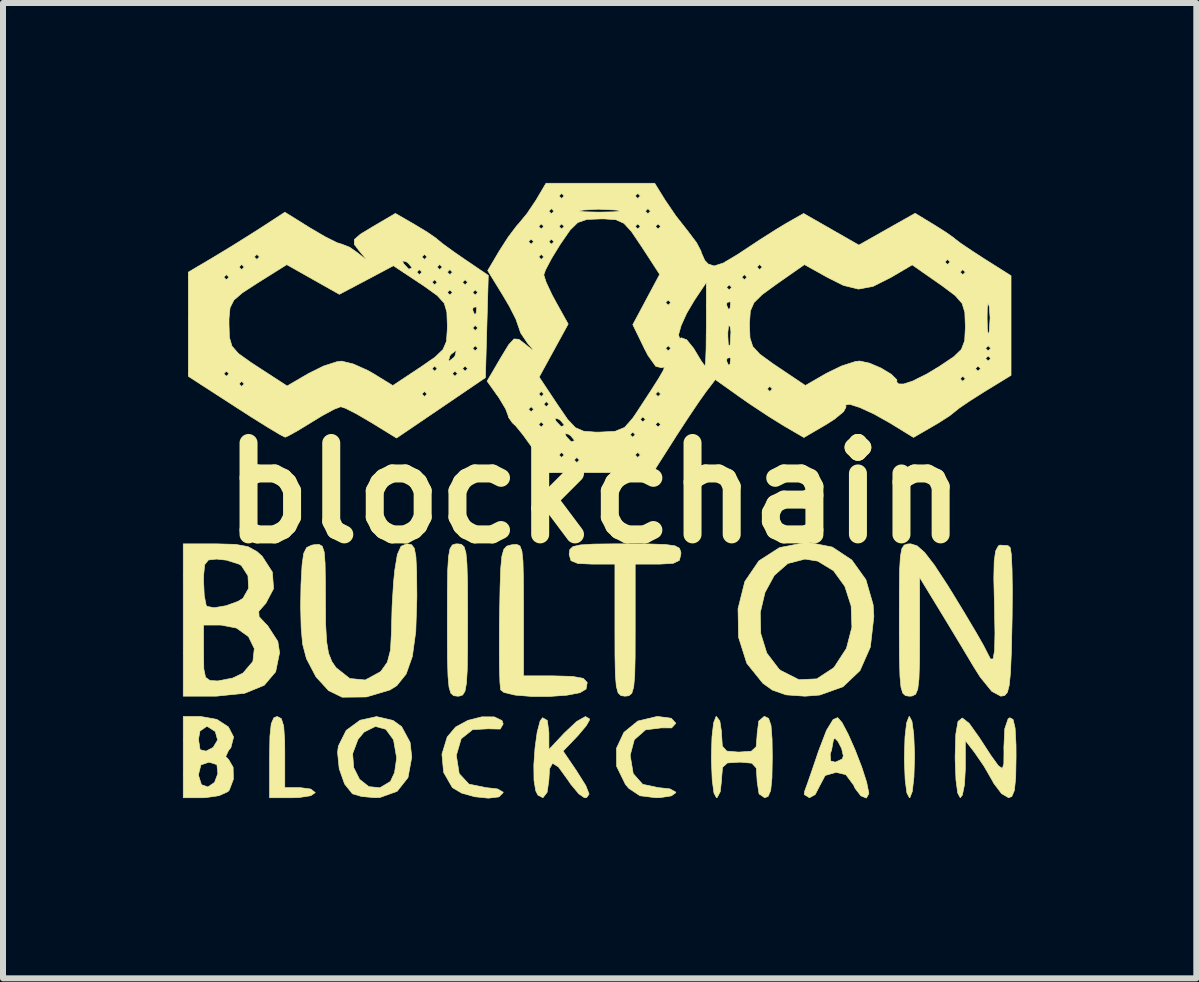
<source format=kicad_pcb>
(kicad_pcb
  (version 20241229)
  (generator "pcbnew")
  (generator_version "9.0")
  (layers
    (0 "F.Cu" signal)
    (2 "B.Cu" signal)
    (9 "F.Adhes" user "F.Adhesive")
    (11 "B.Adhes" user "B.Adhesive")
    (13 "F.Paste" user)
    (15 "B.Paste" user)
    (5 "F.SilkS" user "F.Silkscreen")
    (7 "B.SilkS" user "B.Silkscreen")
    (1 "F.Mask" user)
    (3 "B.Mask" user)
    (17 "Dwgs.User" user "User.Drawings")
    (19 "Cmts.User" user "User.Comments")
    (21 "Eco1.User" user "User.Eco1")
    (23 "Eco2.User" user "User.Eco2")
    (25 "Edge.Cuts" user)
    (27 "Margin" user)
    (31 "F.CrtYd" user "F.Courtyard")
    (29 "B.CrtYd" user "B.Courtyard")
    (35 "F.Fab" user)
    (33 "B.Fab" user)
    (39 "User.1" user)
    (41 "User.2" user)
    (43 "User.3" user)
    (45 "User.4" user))
  (footprint "blockchain"
    (layer "F.Cu")
    (at 6.863 5.17)
    (property "Reference" "blockchain" (at 0 0 0) (layer "F.SilkS") (effects (font (size 1.524 1.524) (thickness 0.3))))
    (attr through_hole)
    (fp_poly (pts (xy 5.291 3.805) (xy 5.321 4.021) (xy 5.334 4.342) (xy 5.334 4.403) (xy 5.324 4.738) (xy 5.297 4.974) (xy 5.257 5.078) (xy 5.249 5.08) (xy 5.207 5.001) (xy 5.178 4.785) (xy 5.165 4.463) (xy 5.165 4.403) (xy 5.175 4.067) (xy 5.202 3.832) (xy 5.242 3.728) (xy 5.249 3.725) (xy 5.291 3.805)) (stroke (width 0.01) (type solid)) (fill yes) (layer "F.SilkS"))
    (fp_poly (pts (xy -5.223 3.76) (xy -5.183 3.886) (xy -5.167 4.132) (xy -5.165 4.318) (xy -5.165 4.911) (xy -4.911 4.911) (xy -4.732 4.935) (xy -4.657 4.994) (xy -4.657 4.995) (xy -4.732 5.046) (xy -4.924 5.076) (xy -5.038 5.08) (xy -5.419 5.08) (xy -5.419 4.403) (xy -5.413 4.055) (xy -5.391 3.847) (xy -5.348 3.747) (xy -5.292 3.725) (xy -5.223 3.76)) (stroke (width 0.01) (type solid)) (fill yes) (layer "F.SilkS"))
    (fp_poly (pts (xy 1.278 3.755) (xy 1.355 3.838) (xy 1.284 3.916) (xy 1.114 3.915) (xy 0.849 3.948) (xy 0.662 4.113) (xy 0.593 4.372) (xy 0.644 4.678) (xy 0.802 4.856) (xy 1.061 4.911) (xy 1.256 4.932) (xy 1.352 4.985) (xy 1.355 4.995) (xy 1.28 5.049) (xy 1.093 5.078) (xy 1.022 5.08) (xy 0.756 5.047) (xy 0.571 4.924) (xy 0.514 4.857) (xy 0.367 4.556) (xy 0.365 4.255) (xy 0.489 3.99) (xy 0.721 3.801) (xy 1.042 3.725) (xy 1.054 3.725) (xy 1.278 3.755)) (stroke (width 0.01) (type solid)) (fill yes) (layer "F.SilkS"))
    (fp_poly (pts (xy -2.221 0.855) (xy -2.175 0.897) (xy -2.145 0.997) (xy -2.128 1.181) (xy -2.119 1.474) (xy -2.117 1.901) (xy -2.117 2.117) (xy -2.118 2.605) (xy -2.123 2.949) (xy -2.137 3.174) (xy -2.161 3.305) (xy -2.2 3.367) (xy -2.257 3.386) (xy -2.286 3.387) (xy -2.351 3.378) (xy -2.397 3.337) (xy -2.427 3.236) (xy -2.444 3.052) (xy -2.453 2.759) (xy -2.455 2.332) (xy -2.455 2.117) (xy -2.454 1.629) (xy -2.449 1.285) (xy -2.435 1.06) (xy -2.411 0.929) (xy -2.372 0.866) (xy -2.315 0.848) (xy -2.286 0.847) (xy -2.221 0.855)) (stroke (width 0.01) (type solid)) (fill yes) (layer "F.SilkS"))
    (fp_poly (pts (xy -1.672 3.732) (xy -1.543 3.794) (xy -1.524 3.85) (xy -1.574 3.935) (xy -1.744 3.932) (xy -1.757 3.93) (xy -2.033 3.944) (xy -2.224 4.096) (xy -2.303 4.366) (xy -2.304 4.381) (xy -2.257 4.678) (xy -2.095 4.853) (xy -1.811 4.911) (xy -1.81 4.911) (xy -1.618 4.933) (xy -1.526 4.986) (xy -1.524 4.995) (xy -1.595 5.066) (xy -1.771 5.087) (xy -1.995 5.064) (xy -2.214 5.004) (xy -2.371 4.911) (xy -2.371 4.911) (xy -2.517 4.657) (xy -2.545 4.354) (xy -2.457 4.067) (xy -2.317 3.901) (xy -2.111 3.789) (xy -1.879 3.731) (xy -1.672 3.732)) (stroke (width 0.01) (type solid)) (fill yes) (layer "F.SilkS"))
    (fp_poly (pts (xy -1.245 0.882) (xy -1.212 0.966) (xy -1.194 1.134) (xy -1.187 1.413) (xy -1.185 1.829) (xy -1.185 1.941) (xy -1.185 3.048) (xy -0.691 3.048) (xy -0.369 3.057) (xy -0.189 3.09) (xy -0.123 3.158) (xy -0.142 3.268) (xy -0.244 3.329) (xy -0.464 3.371) (xy -0.75 3.391) (xy -1.053 3.391) (xy -1.324 3.369) (xy -1.511 3.325) (xy -1.566 3.281) (xy -1.578 3.161) (xy -1.586 2.906) (xy -1.588 2.551) (xy -1.586 2.132) (xy -1.584 2.032) (xy -1.576 1.573) (xy -1.565 1.256) (xy -1.546 1.054) (xy -1.514 0.94) (xy -1.465 0.885) (xy -1.393 0.865) (xy -1.376 0.862) (xy -1.298 0.856) (xy -1.245 0.882)) (stroke (width 0.01) (type solid)) (fill yes) (layer "F.SilkS"))
    (fp_poly (pts (xy -0.086 3.764) (xy -0.085 3.784) (xy -0.138 3.878) (xy -0.27 4.035) (xy -0.305 4.073) (xy -0.525 4.302) (xy -0.305 4.626) (xy -0.147 4.877) (xy -0.091 5.019) (xy -0.132 5.076) (xy -0.169 5.08) (xy -0.263 5.015) (xy -0.398 4.853) (xy -0.444 4.785) (xy -0.602 4.567) (xy -0.701 4.505) (xy -0.751 4.597) (xy -0.762 4.784) (xy -0.791 4.989) (xy -0.861 5.08) (xy -0.945 5.036) (xy -0.981 4.965) (xy -1.01 4.791) (xy -1.013 4.534) (xy -0.993 4.248) (xy -0.957 3.986) (xy -0.908 3.801) (xy -0.868 3.746) (xy -0.788 3.791) (xy -0.762 3.993) (xy -0.761 4.276) (xy -0.503 4) (xy -0.298 3.808) (xy -0.152 3.726) (xy -0.086 3.764)) (stroke (width 0.01) (type solid)) (fill yes) (layer "F.SilkS"))
    (fp_poly (pts (xy -3.36 3.791) (xy -3.217 3.895) (xy -3.076 4.156) (xy -3.048 4.403) (xy -3.111 4.744) (xy -3.292 4.973) (xy -3.576 5.075) (xy -3.662 5.079) (xy -3.885 5.059) (xy -4.037 5.014) (xy -4.038 5.013) (xy -4.168 4.851) (xy -4.258 4.595) (xy -4.283 4.345) (xy -4.034 4.345) (xy -4.016 4.578) (xy -3.918 4.773) (xy -3.763 4.895) (xy -3.578 4.913) (xy -3.404 4.809) (xy -3.335 4.661) (xy -3.302 4.432) (xy -3.302 4.403) (xy -3.352 4.114) (xy -3.48 3.939) (xy -3.655 3.891) (xy -3.844 3.986) (xy -3.944 4.106) (xy -4.034 4.345) (xy -4.283 4.345) (xy -4.285 4.322) (xy -4.272 4.219) (xy -4.141 3.957) (xy -3.911 3.788) (xy -3.635 3.727) (xy -3.36 3.791)) (stroke (width 0.01) (type solid)) (fill yes) (layer "F.SilkS"))
    (fp_poly (pts (xy 0.916 0.849) (xy 1.183 0.858) (xy 1.34 0.88) (xy 1.415 0.92) (xy 1.438 0.984) (xy 1.439 1.016) (xy 1.414 1.122) (xy 1.311 1.172) (xy 1.086 1.185) (xy 1.058 1.185) (xy 0.677 1.185) (xy 0.677 2.286) (xy 0.676 2.735) (xy 0.669 3.042) (xy 0.652 3.234) (xy 0.621 3.337) (xy 0.572 3.379) (xy 0.508 3.387) (xy 0.439 3.377) (xy 0.392 3.331) (xy 0.362 3.222) (xy 0.346 3.021) (xy 0.34 2.704) (xy 0.339 2.286) (xy 0.339 1.185) (xy -0.042 1.185) (xy -0.28 1.174) (xy -0.393 1.128) (xy -0.423 1.028) (xy -0.423 1.016) (xy -0.413 0.942) (xy -0.361 0.893) (xy -0.239 0.865) (xy -0.018 0.851) (xy 0.332 0.847) (xy 0.508 0.847) (xy 0.916 0.849)) (stroke (width 0.01) (type solid)) (fill yes) (layer "F.SilkS"))
    (fp_poly (pts (xy 6.977 3.775) (xy 7.011 3.919) (xy 7.026 4.201) (xy 7.027 4.396) (xy 7.021 4.746) (xy 6.999 4.958) (xy 6.956 5.059) (xy 6.903 5.08) (xy 6.785 5.011) (xy 6.656 4.841) (xy 6.637 4.805) (xy 6.492 4.553) (xy 6.339 4.33) (xy 6.338 4.328) (xy 6.181 4.126) (xy 6.181 4.603) (xy 6.167 4.861) (xy 6.132 5.035) (xy 6.096 5.08) (xy 6.054 5.001) (xy 6.025 4.784) (xy 6.012 4.461) (xy 6.011 4.396) (xy 6.022 4.021) (xy 6.059 3.808) (xy 6.131 3.75) (xy 6.245 3.84) (xy 6.41 4.071) (xy 6.609 4.377) (xy 6.733 4.548) (xy 6.798 4.591) (xy 6.823 4.514) (xy 6.825 4.322) (xy 6.824 4.236) (xy 6.839 3.928) (xy 6.894 3.766) (xy 6.922 3.746) (xy 6.977 3.775)) (stroke (width 0.01) (type solid)) (fill yes) (layer "F.SilkS"))
    (fp_poly (pts (xy 4.125 3.826) (xy 4.229 4.023) (xy 4.345 4.286) (xy 4.454 4.568) (xy 4.536 4.822) (xy 4.572 5.001) (xy 4.572 5.012) (xy 4.531 5.086) (xy 4.439 5.048) (xy 4.343 4.923) (xy 4.318 4.868) (xy 4.189 4.695) (xy 4.025 4.657) (xy 3.844 4.709) (xy 3.76 4.868) (xy 3.678 5.027) (xy 3.582 5.08) (xy 3.495 5.026) (xy 3.501 4.974) (xy 3.548 4.845) (xy 3.631 4.606) (xy 3.717 4.353) (xy 3.928 4.353) (xy 3.936 4.467) (xy 4.013 4.487) (xy 4.13 4.434) (xy 4.147 4.381) (xy 4.119 4.26) (xy 4.059 4.143) (xy 4.002 4.084) (xy 3.981 4.121) (xy 3.951 4.284) (xy 3.928 4.353) (xy 3.717 4.353) (xy 3.732 4.307) (xy 3.737 4.294) (xy 3.867 3.955) (xy 3.977 3.776) (xy 4.053 3.744) (xy 4.125 3.826)) (stroke (width 0.01) (type solid)) (fill yes) (layer "F.SilkS"))
    (fp_poly (pts (xy -6.297 3.774) (xy -6.105 3.899) (xy -6.018 4.067) (xy -6.064 4.245) (xy -6.103 4.292) (xy -6.15 4.394) (xy -6.103 4.44) (xy -6.026 4.573) (xy -6.022 4.772) (xy -6.09 4.952) (xy -6.113 4.978) (xy -6.26 5.045) (xy -6.491 5.079) (xy -6.536 5.08) (xy -6.858 5.08) (xy -6.858 4.705) (xy -6.604 4.705) (xy -6.555 4.862) (xy -6.447 4.9) (xy -6.336 4.824) (xy -6.281 4.677) (xy -6.297 4.528) (xy -6.428 4.487) (xy -6.429 4.487) (xy -6.564 4.533) (xy -6.604 4.694) (xy -6.604 4.705) (xy -6.858 4.705) (xy -6.858 4.106) (xy -6.604 4.106) (xy -6.577 4.279) (xy -6.479 4.303) (xy -6.359 4.241) (xy -6.285 4.117) (xy -6.324 3.976) (xy -6.449 3.896) (xy -6.474 3.895) (xy -6.579 3.968) (xy -6.604 4.106) (xy -6.858 4.106) (xy -6.858 3.725) (xy -6.568 3.725) (xy -6.297 3.774)) (stroke (width 0.01) (type solid)) (fill yes) (layer "F.SilkS"))
    (fp_poly (pts (xy 3.963 0.901) (xy 4.288 1.116) (xy 4.523 1.444) (xy 4.644 1.862) (xy 4.656 2.056) (xy 4.598 2.567) (xy 4.425 2.96) (xy 4.142 3.229) (xy 3.754 3.368) (xy 3.509 3.387) (xy 3.193 3.365) (xy 2.966 3.286) (xy 2.806 3.172) (xy 2.538 2.839) (xy 2.4 2.405) (xy 2.393 1.993) (xy 2.762 1.993) (xy 2.77 2.342) (xy 2.871 2.668) (xy 3.073 2.933) (xy 3.104 2.959) (xy 3.407 3.112) (xy 3.704 3.098) (xy 3.979 2.918) (xy 3.997 2.9) (xy 4.199 2.589) (xy 4.29 2.238) (xy 4.277 1.882) (xy 4.172 1.556) (xy 3.983 1.295) (xy 3.72 1.135) (xy 3.508 1.101) (xy 3.221 1.175) (xy 2.996 1.373) (xy 2.841 1.658) (xy 2.762 1.993) (xy 2.393 1.993) (xy 2.391 1.931) (xy 2.505 1.475) (xy 2.739 1.131) (xy 3.082 0.91) (xy 3.52 0.824) (xy 3.568 0.824) (xy 3.963 0.901)) (stroke (width 0.01) (type solid)) (fill yes) (layer "F.SilkS"))
    (fp_poly (pts (xy 2.901 3.757) (xy 2.941 3.873) (xy 2.959 4.103) (xy 2.963 4.403) (xy 2.957 4.75) (xy 2.936 4.959) (xy 2.893 5.058) (xy 2.836 5.08) (xy 2.742 5.016) (xy 2.71 4.811) (xy 2.709 4.784) (xy 2.696 4.585) (xy 2.622 4.504) (xy 2.436 4.487) (xy 2.413 4.487) (xy 2.214 4.5) (xy 2.133 4.574) (xy 2.117 4.761) (xy 2.117 4.784) (xy 2.095 4.98) (xy 2.043 5.077) (xy 2.032 5.08) (xy 1.99 5.001) (xy 1.961 4.785) (xy 1.948 4.463) (xy 1.947 4.403) (xy 1.957 4.067) (xy 1.984 3.832) (xy 2.024 3.728) (xy 2.032 3.725) (xy 2.088 3.8) (xy 2.116 3.983) (xy 2.117 4.022) (xy 2.13 4.22) (xy 2.204 4.302) (xy 2.39 4.318) (xy 2.413 4.318) (xy 2.612 4.305) (xy 2.693 4.231) (xy 2.709 4.044) (xy 2.709 4.022) (xy 2.737 3.802) (xy 2.825 3.726) (xy 2.836 3.725) (xy 2.901 3.757)) (stroke (width 0.01) (type solid)) (fill yes) (layer "F.SilkS"))
    (fp_poly (pts (xy -3.051 0.861) (xy -3.005 0.922) (xy -2.979 1.061) (xy -2.967 1.306) (xy -2.963 1.688) (xy -2.963 1.744) (xy -2.981 2.306) (xy -3.038 2.724) (xy -3.142 3.018) (xy -3.297 3.211) (xy -3.412 3.283) (xy -3.806 3.4) (xy -4.209 3.404) (xy -4.435 3.294) (xy -4.645 3.064) (xy -4.804 2.761) (xy -4.868 2.518) (xy -4.892 2.248) (xy -4.901 1.888) (xy -4.895 1.524) (xy -4.877 1.199) (xy -4.85 1.006) (xy -4.8 0.908) (xy -4.716 0.869) (xy -4.678 0.862) (xy -4.594 0.856) (xy -4.54 0.887) (xy -4.508 0.983) (xy -4.493 1.172) (xy -4.488 1.484) (xy -4.487 1.761) (xy -4.484 2.183) (xy -4.468 2.473) (xy -4.436 2.669) (xy -4.381 2.808) (xy -4.312 2.91) (xy -4.082 3.092) (xy -3.824 3.117) (xy -3.575 2.982) (xy -3.556 2.963) (xy -3.455 2.82) (xy -3.402 2.615) (xy -3.386 2.298) (xy -3.386 2.265) (xy -3.376 1.886) (xy -3.352 1.493) (xy -3.332 1.291) (xy -3.288 1.023) (xy -3.227 0.888) (xy -3.133 0.847) (xy -3.121 0.847) (xy -3.051 0.861)) (stroke (width 0.01) (type solid)) (fill yes) (layer "F.SilkS"))
    (fp_poly (pts (xy -5.984 0.856) (xy -5.778 0.894) (xy -5.629 0.976) (xy -5.542 1.054) (xy -5.372 1.318) (xy -5.352 1.594) (xy -5.483 1.842) (xy -5.496 1.855) (xy -5.599 1.972) (xy -5.593 2.062) (xy -5.472 2.191) (xy -5.453 2.208) (xy -5.281 2.474) (xy -5.252 2.661) (xy -5.317 2.98) (xy -5.508 3.205) (xy -5.833 3.338) (xy -6.299 3.386) (xy -6.344 3.387) (xy -6.858 3.387) (xy -6.858 2.201) (xy -6.519 2.201) (xy -6.519 2.667) (xy -6.515 2.933) (xy -6.486 3.072) (xy -6.413 3.125) (xy -6.284 3.133) (xy -6.032 3.084) (xy -5.861 3.001) (xy -5.697 2.808) (xy -5.673 2.593) (xy -5.77 2.394) (xy -5.97 2.251) (xy -6.229 2.201) (xy -6.519 2.201) (xy -6.858 2.201) (xy -6.858 1.468) (xy -6.519 1.468) (xy -6.508 1.705) (xy -6.478 1.863) (xy -6.464 1.889) (xy -6.344 1.912) (xy -6.146 1.879) (xy -5.947 1.807) (xy -5.863 1.756) (xy -5.768 1.589) (xy -5.779 1.379) (xy -5.887 1.211) (xy -5.921 1.188) (xy -6.137 1.119) (xy -6.302 1.101) (xy -6.438 1.116) (xy -6.501 1.195) (xy -6.519 1.382) (xy -6.519 1.468) (xy -6.858 1.468) (xy -6.858 0.847) (xy -6.304 0.847) (xy -5.984 0.856)) (stroke (width 0.01) (type solid)) (fill yes) (layer "F.SilkS"))
    (fp_poly (pts (xy 5.377 0.88) (xy 5.502 0.99) (xy 5.664 1.2) (xy 5.881 1.531) (xy 5.969 1.673) (xy 6.178 2.017) (xy 6.357 2.318) (xy 6.485 2.542) (xy 6.538 2.646) (xy 6.601 2.768) (xy 6.644 2.765) (xy 6.669 2.625) (xy 6.675 2.338) (xy 6.667 1.894) (xy 6.666 1.854) (xy 6.656 1.425) (xy 6.662 1.139) (xy 6.686 0.967) (xy 6.73 0.884) (xy 6.756 0.868) (xy 6.892 0.876) (xy 6.93 0.91) (xy 6.948 1.023) (xy 6.96 1.272) (xy 6.965 1.624) (xy 6.962 2.045) (xy 6.959 2.193) (xy 6.948 2.665) (xy 6.934 2.993) (xy 6.913 3.204) (xy 6.883 3.322) (xy 6.838 3.375) (xy 6.774 3.387) (xy 6.773 3.387) (xy 6.622 3.306) (xy 6.429 3.068) (xy 6.323 2.9) (xy 6.113 2.549) (xy 5.877 2.158) (xy 5.726 1.91) (xy 5.419 1.407) (xy 5.419 2.397) (xy 5.417 2.819) (xy 5.408 3.101) (xy 5.388 3.27) (xy 5.352 3.355) (xy 5.294 3.384) (xy 5.249 3.387) (xy 5.184 3.378) (xy 5.138 3.337) (xy 5.108 3.236) (xy 5.091 3.052) (xy 5.083 2.759) (xy 5.08 2.332) (xy 5.08 2.117) (xy 5.081 1.629) (xy 5.085 1.286) (xy 5.098 1.061) (xy 5.122 0.93) (xy 5.161 0.868) (xy 5.22 0.849) (xy 5.271 0.847) (xy 5.377 0.88)) (stroke (width 0.01) (type solid)) (fill yes) (layer "F.SilkS"))
    (fp_poly (pts (xy -4.735 -4.415) (xy -4.49 -4.272) (xy -4.297 -4.175) (xy -4.213 -4.149) (xy -4.083 -4.098) (xy -3.944 -4) (xy -3.824 -3.902) (xy -3.824 -3.918) (xy -3.84 -3.937) (xy -2.879 -3.937) (xy -2.836 -3.895) (xy -2.794 -3.937) (xy -2.836 -3.979) (xy -2.879 -3.937) (xy -3.84 -3.937) (xy -3.922 -4.035) (xy -4.006 -4.146) (xy -4.006 -4.227) (xy -3.902 -4.317) (xy -3.699 -4.44) (xy -3.321 -4.662) (xy -2.994 -4.473) (xy -2.786 -4.347) (xy -2.648 -4.252) (xy -2.625 -4.232) (xy -2.536 -4.159) (xy -2.352 -4.025) (xy -2.177 -3.904) (xy -1.772 -3.629) (xy -1.796 -2.776) (xy -1.82 -1.924) (xy -2.561 -1.42) (xy -3.302 -0.917) (xy -3.727 -1.178) (xy -3.968 -1.319) (xy -4.155 -1.414) (xy -4.232 -1.439) (xy -4.343 -1.397) (xy -4.544 -1.288) (xy -4.713 -1.185) (xy -4.94 -1.046) (xy -5.105 -0.954) (xy -5.16 -0.931) (xy -5.246 -0.975) (xy -5.442 -1.092) (xy -5.719 -1.265) (xy -5.99 -1.439) (xy -6.317 -1.651) (xy -2.879 -1.651) (xy -2.836 -1.609) (xy -2.794 -1.651) (xy -2.836 -1.693) (xy -2.879 -1.651) (xy -6.317 -1.651) (xy -6.579 -1.82) (xy -5.927 -1.82) (xy -5.884 -1.778) (xy -5.842 -1.82) (xy -5.884 -1.863) (xy -5.927 -1.82) (xy -6.579 -1.82) (xy -6.773 -1.946) (xy -6.773 -1.99) (xy -6.181 -1.99) (xy -6.138 -1.947) (xy -6.096 -1.99) (xy -6.138 -2.032) (xy -6.181 -1.99) (xy -6.773 -1.99) (xy -6.773 -2.809) (xy -6.095 -2.809) (xy -6.088 -2.595) (xy -6.046 -2.45) (xy -5.938 -2.326) (xy -5.732 -2.179) (xy -5.61 -2.099) (xy -5.126 -1.785) (xy -4.77 -1.993) (xy -4.517 -2.118) (xy -4.29 -2.191) (xy -4.218 -2.199) (xy -4.026 -2.153) (xy -3.779 -2.043) (xy -3.693 -1.994) (xy -3.364 -1.792) (xy -3.065 -1.99) (xy -2.371 -1.99) (xy -2.328 -1.947) (xy -2.286 -1.99) (xy -2.328 -2.032) (xy -2.371 -1.99) (xy -3.065 -1.99) (xy -2.938 -2.074) (xy -2.709 -2.074) (xy -2.667 -2.032) (xy -2.625 -2.074) (xy -2.201 -2.074) (xy -2.159 -2.032) (xy -2.117 -2.074) (xy -2.159 -2.117) (xy -2.201 -2.074) (xy -2.625 -2.074) (xy -2.667 -2.117) (xy -2.709 -2.074) (xy -2.938 -2.074) (xy -2.909 -2.093) (xy -2.745 -2.207) (xy -2.435 -2.207) (xy -2.423 -2.201) (xy -2.346 -2.261) (xy -2.328 -2.286) (xy -2.307 -2.365) (xy -2.318 -2.371) (xy -2.396 -2.311) (xy -2.413 -2.286) (xy -2.435 -2.207) (xy -2.745 -2.207) (xy -2.663 -2.263) (xy -2.528 -2.392) (xy -2.519 -2.413) (xy -2.032 -2.413) (xy -1.99 -2.371) (xy -1.947 -2.413) (xy -1.99 -2.455) (xy -2.032 -2.413) (xy -2.519 -2.413) (xy -2.469 -2.53) (xy -2.456 -2.728) (xy -2.455 -2.752) (xy -2.032 -2.752) (xy -1.99 -2.709) (xy -1.947 -2.752) (xy -1.99 -2.794) (xy -2.032 -2.752) (xy -2.455 -2.752) (xy -2.455 -2.794) (xy -2.463 -3.016) (xy -2.472 -3.048) (xy -2.032 -3.048) (xy -2.001 -2.978) (xy -1.976 -2.992) (xy -1.965 -3.092) (xy -1.976 -3.104) (xy -2.026 -3.093) (xy -2.032 -3.048) (xy -2.472 -3.048) (xy -2.507 -3.165) (xy -2.622 -3.292) (xy -2.694 -3.344) (xy -2.455 -3.344) (xy -2.413 -3.302) (xy -2.371 -3.344) (xy -2.032 -3.344) (xy -1.99 -3.302) (xy -1.947 -3.344) (xy -1.99 -3.387) (xy -2.032 -3.344) (xy -2.371 -3.344) (xy -2.413 -3.387) (xy -2.455 -3.344) (xy -2.694 -3.344) (xy -2.839 -3.448) (xy -2.904 -3.492) (xy -2.938 -3.514) (xy -2.709 -3.514) (xy -2.667 -3.471) (xy -2.625 -3.514) (xy -2.201 -3.514) (xy -2.159 -3.471) (xy -2.117 -3.514) (xy -2.159 -3.556) (xy -2.201 -3.514) (xy -2.625 -3.514) (xy -2.667 -3.556) (xy -2.709 -3.514) (xy -2.938 -3.514) (xy -3.193 -3.683) (xy -2.963 -3.683) (xy -2.921 -3.641) (xy -2.879 -3.683) (xy -2.455 -3.683) (xy -2.413 -3.641) (xy -2.371 -3.683) (xy -2.413 -3.725) (xy -2.455 -3.683) (xy -2.879 -3.683) (xy -2.921 -3.725) (xy -2.963 -3.683) (xy -3.193 -3.683) (xy -3.354 -3.79) (xy -3.804 -3.551) (xy -4.255 -3.313) (xy -4.693 -3.56) (xy -5.132 -3.808) (xy -5.614 -3.506) (xy -5.87 -3.34) (xy -6.014 -3.216) (xy -6.078 -3.088) (xy -6.095 -2.908) (xy -6.095 -2.809) (xy -6.773 -2.809) (xy -6.773 -3.598) (xy -6.181 -3.598) (xy -6.138 -3.556) (xy -6.096 -3.598) (xy -6.138 -3.641) (xy -6.181 -3.598) (xy -6.773 -3.598) (xy -6.773 -3.683) (xy -6.63 -3.768) (xy -5.927 -3.768) (xy -5.884 -3.725) (xy -5.842 -3.768) (xy -5.884 -3.81) (xy -5.927 -3.768) (xy -6.63 -3.768) (xy -6.456 -3.87) (xy -3.204 -3.87) (xy -3.183 -3.823) (xy -3.098 -3.732) (xy -3.049 -3.751) (xy -3.048 -3.763) (xy -3.052 -3.768) (xy -2.625 -3.768) (xy -2.582 -3.725) (xy -2.54 -3.768) (xy -2.582 -3.81) (xy -2.625 -3.768) (xy -3.052 -3.768) (xy -3.108 -3.834) (xy -3.146 -3.86) (xy -3.204 -3.87) (xy -6.456 -3.87) (xy -6.371 -3.921) (xy -6.344 -3.937) (xy -5.673 -3.937) (xy -5.63 -3.895) (xy -5.588 -3.937) (xy -5.63 -3.979) (xy -5.673 -3.937) (xy -6.344 -3.937) (xy -6.049 -4.116) (xy -5.701 -4.334) (xy -5.566 -4.42) (xy -5.164 -4.682) (xy -4.735 -4.415)) (stroke (width 0.01) (type solid)) (fill yes) (layer "F.SilkS"))
    (fp_poly (pts (xy 1.174 -4.887) (xy 1.355 -4.621) (xy 1.556 -4.365) (xy 1.562 -4.357) (xy 1.701 -4.173) (xy 1.775 -4.031) (xy 1.778 -4.011) (xy 1.837 -3.879) (xy 1.894 -3.819) (xy 1.993 -3.786) (xy 2.146 -3.835) (xy 2.175 -3.852) (xy 5.842 -3.852) (xy 5.884 -3.81) (xy 5.927 -3.852) (xy 5.884 -3.895) (xy 5.842 -3.852) (xy 2.175 -3.852) (xy 2.386 -3.978) (xy 2.466 -4.031) (xy 2.758 -4.224) (xy 3.04 -4.403) (xy 3.203 -4.501) (xy 3.485 -4.661) (xy 3.945 -4.398) (xy 4.406 -4.134) (xy 4.875 -4.399) (xy 5.344 -4.664) (xy 5.657 -4.474) (xy 5.858 -4.347) (xy 5.991 -4.253) (xy 6.011 -4.235) (xy 6.1 -4.167) (xy 6.29 -4.039) (xy 6.498 -3.904) (xy 6.943 -3.623) (xy 6.943 -1.962) (xy 6.498 -1.69) (xy 6.257 -1.537) (xy 6.079 -1.416) (xy 6.011 -1.361) (xy 5.918 -1.287) (xy 5.732 -1.168) (xy 5.643 -1.116) (xy 5.317 -0.927) (xy 4.923 -1.169) (xy 4.657 -1.318) (xy 4.422 -1.426) (xy 4.253 -1.48) (xy 4.183 -1.467) (xy 4.193 -1.436) (xy 4.152 -1.357) (xy 4 -1.232) (xy 3.864 -1.145) (xy 3.49 -0.926) (xy 3.163 -1.116) (xy 2.902 -1.278) (xy 2.593 -1.482) (xy 2.425 -1.599) (xy 2.233 -1.736) (xy 2.879 -1.736) (xy 2.921 -1.693) (xy 2.963 -1.736) (xy 2.921 -1.778) (xy 2.879 -1.736) (xy 2.233 -1.736) (xy 2.013 -1.892) (xy 1.856 -1.687) (xy 1.735 -1.516) (xy 1.559 -1.254) (xy 1.363 -0.954) (xy 1.337 -0.912) (xy 0.974 -0.343) (xy -0.754 -0.339) (xy -0.898 -0.55) (xy -0.339 -0.55) (xy -0.296 -0.508) (xy -0.254 -0.55) (xy -0.296 -0.593) (xy -0.339 -0.55) (xy -0.898 -0.55) (xy -0.956 -0.635) (xy -0.593 -0.635) (xy -0.55 -0.593) (xy -0.508 -0.635) (xy 0.677 -0.635) (xy 0.72 -0.593) (xy 0.762 -0.635) (xy 0.72 -0.677) (xy 0.677 -0.635) (xy -0.508 -0.635) (xy -0.55 -0.677) (xy -0.593 -0.635) (xy -0.956 -0.635) (xy -1.028 -0.741) (xy -1.189 -0.964) (xy -1.211 -0.992) (xy -0.494 -0.992) (xy -0.474 -0.944) (xy -0.389 -0.854) (xy -0.339 -0.872) (xy -0.339 -0.884) (xy -0.399 -0.956) (xy -0.425 -0.974) (xy 0.593 -0.974) (xy 0.635 -0.931) (xy 0.677 -0.974) (xy 0.635 -1.016) (xy 0.593 -0.974) (xy -0.425 -0.974) (xy -0.436 -0.982) (xy -0.494 -0.992) (xy -1.211 -0.992) (xy -1.317 -1.122) (xy -1.34 -1.143) (xy -0.931 -1.143) (xy -0.889 -1.101) (xy -0.847 -1.143) (xy -0.889 -1.185) (xy -0.931 -1.143) (xy -1.34 -1.143) (xy -1.371 -1.171) (xy -1.423 -1.246) (xy -0.664 -1.246) (xy -0.643 -1.198) (xy -0.558 -1.108) (xy -0.509 -1.126) (xy -0.508 -1.138) (xy -0.568 -1.21) (xy -0.606 -1.236) (xy -0.664 -1.246) (xy -1.423 -1.246) (xy -1.438 -1.268) (xy -1.439 -1.285) (xy -1.481 -1.397) (xy -1.101 -1.397) (xy -1.058 -1.355) (xy -1.016 -1.397) (xy -1.058 -1.439) (xy -1.101 -1.397) (xy -1.481 -1.397) (xy -1.485 -1.406) (xy -1.53 -1.482) (xy -0.847 -1.482) (xy -0.804 -1.439) (xy -0.762 -1.482) (xy -0.804 -1.524) (xy -0.847 -1.482) (xy -1.53 -1.482) (xy -1.596 -1.591) (xy -1.616 -1.619) (xy -1.639 -1.651) (xy -0.931 -1.651) (xy -0.889 -1.609) (xy -0.847 -1.651) (xy -0.889 -1.693) (xy -0.931 -1.651) (xy -1.639 -1.651) (xy -1.792 -1.866) (xy -1.752 -1.934) (xy -0.924 -1.934) (xy -0.619 -1.475) (xy -0.449 -1.227) (xy -0.32 -1.09) (xy -0.183 -1.031) (xy 0.012 -1.016) (xy 0.085 -1.016) (xy 0.341 -1.029) (xy 0.499 -1.093) (xy 0.544 -1.143) (xy 1.016 -1.143) (xy 1.058 -1.101) (xy 1.101 -1.143) (xy 1.058 -1.185) (xy 1.016 -1.143) (xy 0.544 -1.143) (xy 0.619 -1.228) (xy 0.762 -1.228) (xy 0.804 -1.185) (xy 0.847 -1.228) (xy 0.804 -1.27) (xy 0.762 -1.228) (xy 0.619 -1.228) (xy 0.634 -1.245) (xy 0.694 -1.333) (xy 0.902 -1.651) (xy 1.016 -1.651) (xy 1.058 -1.609) (xy 1.101 -1.651) (xy 1.058 -1.693) (xy 1.016 -1.651) (xy 0.902 -1.651) (xy 0.924 -1.684) (xy 1.071 -1.915) (xy 1.147 -2.047) (xy 1.165 -2.1) (xy 1.136 -2.096) (xy 1.123 -2.088) (xy 1.02 -2.112) (xy 0.888 -2.298) (xy 0.829 -2.413) (xy 1.185 -2.413) (xy 1.228 -2.371) (xy 1.27 -2.413) (xy 1.228 -2.455) (xy 1.185 -2.413) (xy 0.829 -2.413) (xy 0.828 -2.415) (xy 0.72 -2.637) (xy 1.399 -2.637) (xy 1.419 -2.577) (xy 1.448 -2.588) (xy 1.536 -2.555) (xy 1.652 -2.412) (xy 1.673 -2.377) (xy 1.776 -2.205) (xy 1.838 -2.119) (xy 1.841 -2.117) (xy 1.851 -2.195) (xy 1.851 -2.201) (xy 2.201 -2.201) (xy 2.232 -2.132) (xy 2.258 -2.145) (xy 2.268 -2.245) (xy 2.258 -2.258) (xy 2.207 -2.246) (xy 2.201 -2.201) (xy 1.851 -2.201) (xy 1.859 -2.403) (xy 1.861 -2.625) (xy 2.221 -2.625) (xy 2.23 -2.471) (xy 2.252 -2.452) (xy 2.26 -2.477) (xy 2.273 -2.691) (xy 2.26 -2.773) (xy 2.24 -2.793) (xy 2.582 -2.793) (xy 2.591 -2.586) (xy 2.637 -2.443) (xy 2.755 -2.315) (xy 2.975 -2.155) (xy 3.048 -2.106) (xy 3.514 -1.793) (xy 3.867 -1.997) (xy 4.121 -2.12) (xy 4.348 -2.193) (xy 4.418 -2.201) (xy 4.583 -2.166) (xy 4.777 -2.083) (xy 4.947 -1.98) (xy 5.04 -1.888) (xy 5.038 -1.849) (xy 5.07 -1.819) (xy 5.153 -1.818) (xy 5.306 -1.868) (xy 5.379 -1.905) (xy 6.096 -1.905) (xy 6.138 -1.863) (xy 6.181 -1.905) (xy 6.138 -1.947) (xy 6.096 -1.905) (xy 5.379 -1.905) (xy 5.541 -1.986) (xy 5.687 -2.074) (xy 6.35 -2.074) (xy 6.392 -2.032) (xy 6.435 -2.074) (xy 6.392 -2.117) (xy 6.35 -2.074) (xy 5.687 -2.074) (xy 5.745 -2.109) (xy 5.946 -2.244) (xy 6.519 -2.244) (xy 6.562 -2.201) (xy 6.604 -2.244) (xy 6.562 -2.286) (xy 6.519 -2.244) (xy 5.946 -2.244) (xy 5.986 -2.27) (xy 6.116 -2.396) (xy 6.122 -2.413) (xy 6.519 -2.413) (xy 6.562 -2.371) (xy 6.604 -2.413) (xy 6.562 -2.455) (xy 6.519 -2.413) (xy 6.122 -2.413) (xy 6.17 -2.539) (xy 6.181 -2.751) (xy 6.181 -2.788) (xy 6.176 -2.921) (xy 6.544 -2.921) (xy 6.549 -2.72) (xy 6.564 -2.647) (xy 6.579 -2.687) (xy 6.594 -2.919) (xy 6.58 -3.11) (xy 6.561 -3.169) (xy 6.547 -3.078) (xy 6.544 -2.921) (xy 6.176 -2.921) (xy 6.173 -3.011) (xy 6.127 -3.162) (xy 6.011 -3.293) (xy 5.793 -3.457) (xy 5.738 -3.495) (xy 5.469 -3.683) (xy 6.096 -3.683) (xy 6.138 -3.641) (xy 6.181 -3.683) (xy 6.138 -3.725) (xy 6.096 -3.683) (xy 5.469 -3.683) (xy 5.296 -3.804) (xy 4.94 -3.595) (xy 4.642 -3.445) (xy 4.4 -3.4) (xy 4.148 -3.462) (xy 3.877 -3.598) (xy 3.499 -3.809) (xy 3.041 -3.489) (xy 2.794 -3.309) (xy 2.657 -3.174) (xy 2.597 -3.035) (xy 2.583 -2.843) (xy 2.582 -2.793) (xy 2.24 -2.793) (xy 2.235 -2.799) (xy 2.222 -2.682) (xy 2.221 -2.625) (xy 1.861 -2.625) (xy 1.862 -2.701) (xy 1.863 -2.814) (xy 1.863 -3.133) (xy 2.201 -3.133) (xy 2.232 -3.063) (xy 2.258 -3.076) (xy 2.268 -3.177) (xy 2.258 -3.189) (xy 2.207 -3.177) (xy 2.201 -3.133) (xy 1.863 -3.133) (xy 1.863 -3.429) (xy 2.201 -3.429) (xy 2.244 -3.387) (xy 2.286 -3.429) (xy 2.244 -3.471) (xy 2.201 -3.429) (xy 1.863 -3.429) (xy 1.863 -3.511) (xy 1.665 -3.216) (xy 1.535 -2.996) (xy 1.442 -2.79) (xy 1.399 -2.637) (xy 0.72 -2.637) (xy 0.637 -2.807) (xy 0.834 -3.175) (xy 1.185 -3.175) (xy 1.228 -3.133) (xy 1.27 -3.175) (xy 1.228 -3.217) (xy 1.185 -3.175) (xy 0.834 -3.175) (xy 0.861 -3.226) (xy 1.06 -3.598) (xy 2.455 -3.598) (xy 2.498 -3.556) (xy 2.54 -3.598) (xy 2.498 -3.641) (xy 2.455 -3.598) (xy 1.06 -3.598) (xy 1.085 -3.646) (xy 1.006 -3.768) (xy 2.709 -3.768) (xy 2.752 -3.725) (xy 2.794 -3.768) (xy 2.752 -3.81) (xy 2.709 -3.768) (xy 1.006 -3.768) (xy 0.784 -4.109) (xy 0.616 -4.358) (xy 0.537 -4.445) (xy 0.677 -4.445) (xy 0.72 -4.403) (xy 0.762 -4.445) (xy 1.016 -4.445) (xy 1.058 -4.403) (xy 1.101 -4.445) (xy 1.058 -4.487) (xy 1.016 -4.445) (xy 0.762 -4.445) (xy 0.72 -4.487) (xy 0.677 -4.445) (xy 0.537 -4.445) (xy 0.489 -4.497) (xy 0.355 -4.557) (xy 0.165 -4.57) (xy 0.094 -4.57) (xy -0.131 -4.561) (xy -0.28 -4.51) (xy -0.409 -4.384) (xy -0.571 -4.149) (xy -0.572 -4.148) (xy -0.719 -3.908) (xy -0.819 -3.718) (xy -0.847 -3.637) (xy -0.808 -3.515) (xy -0.71 -3.306) (xy -0.643 -3.182) (xy -0.44 -2.818) (xy -0.682 -2.376) (xy -0.924 -1.934) (xy -1.752 -1.934) (xy -1.566 -2.252) (xy -1.432 -2.473) (xy -1.343 -2.569) (xy -1.262 -2.563) (xy -1.157 -2.483) (xy -1.032 -2.38) (xy -1.028 -2.391) (xy -1.122 -2.504) (xy -1.233 -2.67) (xy -1.27 -2.778) (xy -1.312 -2.899) (xy -1.419 -3.11) (xy -1.526 -3.292) (xy -1.782 -3.709) (xy -1.647 -3.937) (xy -0.931 -3.937) (xy -0.889 -3.895) (xy -0.847 -3.937) (xy -0.889 -3.979) (xy -0.931 -3.937) (xy -1.647 -3.937) (xy -1.59 -4.034) (xy -1.489 -4.191) (xy -1.101 -4.191) (xy -1.058 -4.149) (xy -1.016 -4.191) (xy -0.762 -4.191) (xy -0.72 -4.149) (xy -0.677 -4.191) (xy -0.72 -4.233) (xy -0.762 -4.191) (xy -1.016 -4.191) (xy -1.058 -4.233) (xy -1.101 -4.191) (xy -1.489 -4.191) (xy -1.439 -4.269) (xy -1.306 -4.445) (xy -0.931 -4.445) (xy -0.889 -4.403) (xy -0.847 -4.445) (xy -0.593 -4.445) (xy -0.55 -4.403) (xy -0.508 -4.445) (xy -0.55 -4.487) (xy -0.593 -4.445) (xy -0.847 -4.445) (xy -0.889 -4.487) (xy -0.931 -4.445) (xy -1.306 -4.445) (xy -1.296 -4.458) (xy -1.261 -4.496) (xy -1.123 -4.664) (xy -1.1 -4.699) (xy -0.762 -4.699) (xy -0.72 -4.657) (xy -0.677 -4.699) (xy -0.68 -4.701) (xy -0.254 -4.701) (xy -0.168 -4.689) (xy 0.05 -4.684) (xy 0.085 -4.684) (xy 0.317 -4.688) (xy 0.416 -4.699) (xy 0.847 -4.699) (xy 0.889 -4.657) (xy 0.931 -4.699) (xy 0.889 -4.741) (xy 0.847 -4.699) (xy 0.416 -4.699) (xy 0.421 -4.7) (xy 0.376 -4.716) (xy 0.36 -4.718) (xy 0.063 -4.732) (xy -0.191 -4.718) (xy -0.254 -4.701) (xy -0.68 -4.701) (xy -0.72 -4.741) (xy -0.762 -4.699) (xy -1.1 -4.699) (xy -0.975 -4.885) (xy -0.967 -4.899) (xy -0.935 -4.953) (xy -0.593 -4.953) (xy -0.55 -4.911) (xy -0.508 -4.953) (xy 0.677 -4.953) (xy 0.72 -4.911) (xy 0.762 -4.953) (xy 0.72 -4.995) (xy 0.677 -4.953) (xy -0.508 -4.953) (xy -0.55 -4.995) (xy -0.593 -4.953) (xy -0.935 -4.953) (xy -0.81 -5.165) (xy 1.002 -5.165) (xy 1.174 -4.887)) (stroke (width 0.01) (type solid)) (fill yes) (layer "F.SilkS")))
  (gr_rect
    (start -3 -3)
    (end 16.895 13.261)
    (stroke (width 0.1) (type default))
    (fill no)
    (layer "Edge.Cuts")))
</source>
